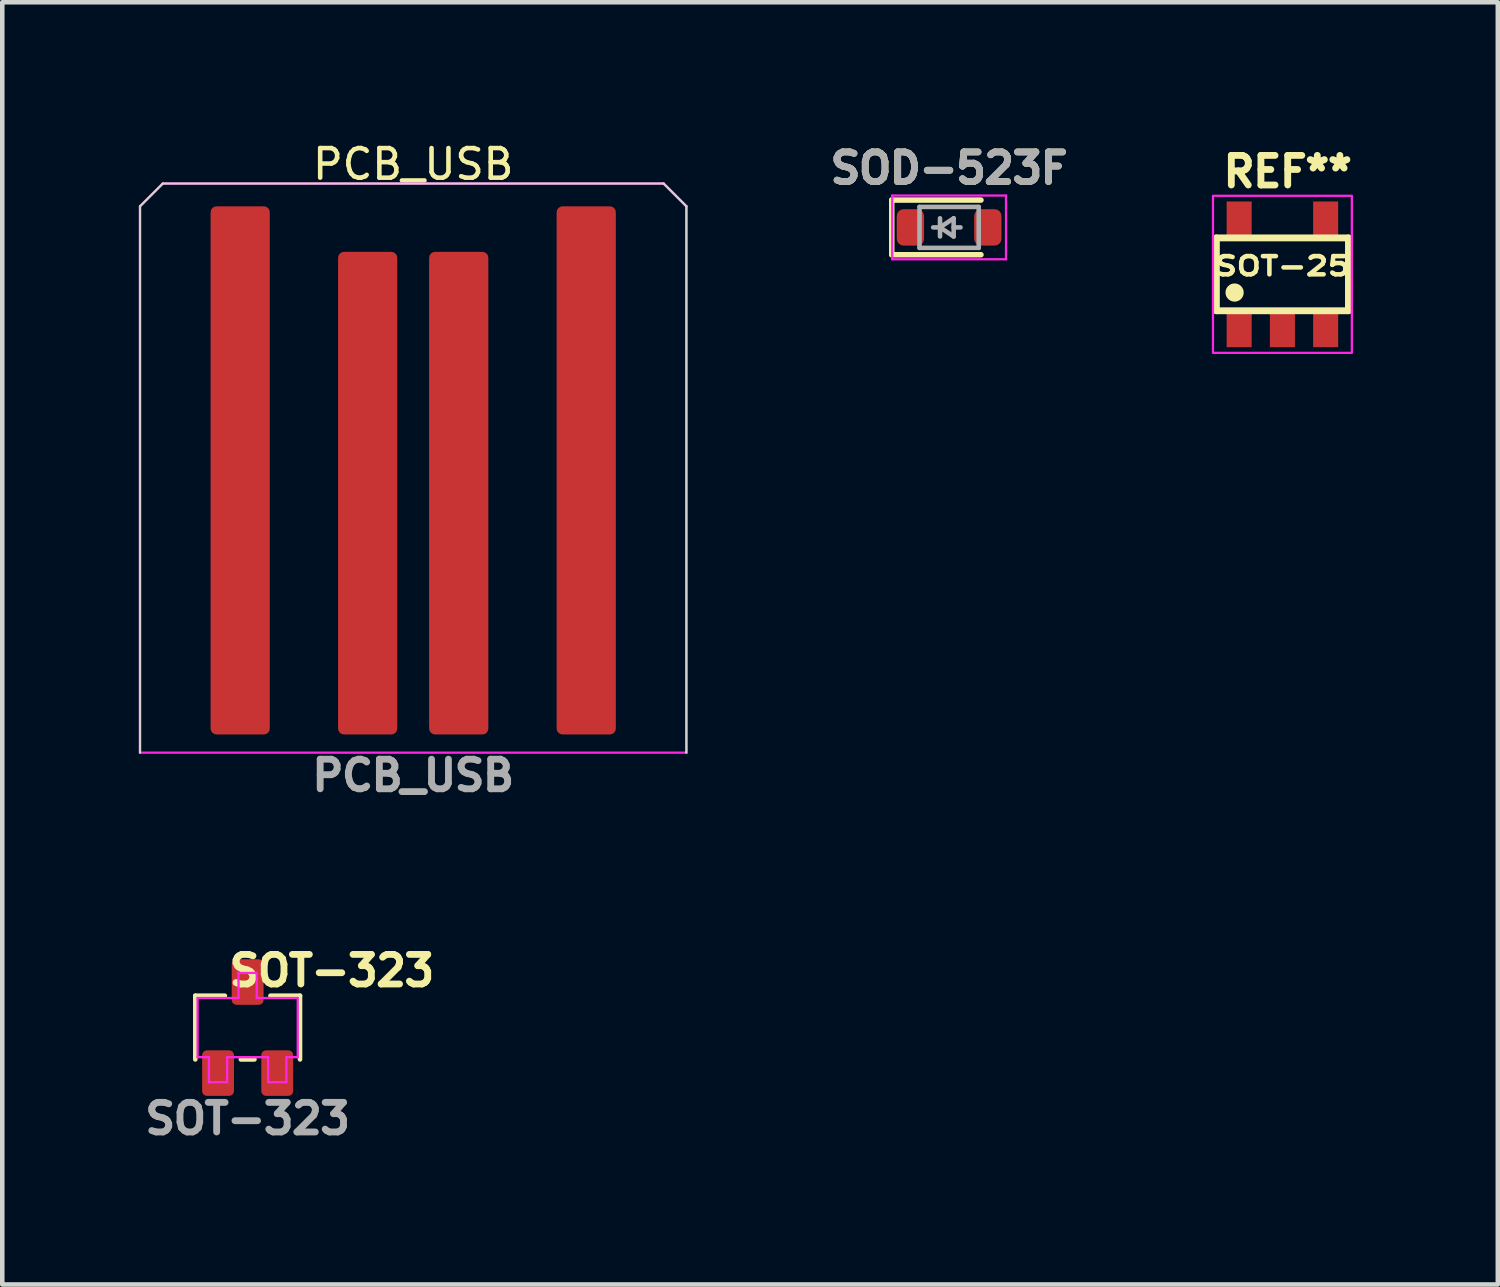
<source format=kicad_pcb>
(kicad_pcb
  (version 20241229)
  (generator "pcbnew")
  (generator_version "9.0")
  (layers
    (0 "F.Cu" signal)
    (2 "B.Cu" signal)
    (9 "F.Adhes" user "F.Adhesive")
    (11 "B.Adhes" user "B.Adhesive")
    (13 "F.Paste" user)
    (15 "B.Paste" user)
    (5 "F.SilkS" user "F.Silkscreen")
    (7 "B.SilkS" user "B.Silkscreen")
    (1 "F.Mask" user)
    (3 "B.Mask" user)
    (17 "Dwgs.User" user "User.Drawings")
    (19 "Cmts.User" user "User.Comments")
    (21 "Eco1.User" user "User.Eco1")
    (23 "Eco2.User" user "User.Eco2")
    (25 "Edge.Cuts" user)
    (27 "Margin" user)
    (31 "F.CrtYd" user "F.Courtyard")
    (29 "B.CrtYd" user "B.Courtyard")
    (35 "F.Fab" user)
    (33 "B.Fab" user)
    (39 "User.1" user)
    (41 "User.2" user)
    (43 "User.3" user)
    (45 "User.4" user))
  (footprint "SOT-25"
    (layer "F.Cu")
    (at 25.115 2.975)
    (property "Reference" "SOT-25" (at 0 -0.18 0) (layer "F.SilkS") (effects (font (size 0.4 0.5) (thickness 0.1))))
    (attr smd)
    (fp_line (start -1.45 -0.8) (end 1.45 -0.8) (stroke (width 0.15) (type solid)) (layer "F.SilkS"))
    (fp_line (start -1.45 0.8) (end -1.45 -0.8) (stroke (width 0.15) (type solid)) (layer "F.SilkS"))
    (fp_line (start 1.45 -0.8) (end 1.45 0.8) (stroke (width 0.15) (type solid)) (layer "F.SilkS"))
    (fp_line (start 1.45 0.8) (end -1.45 0.8) (stroke (width 0.15) (type solid)) (layer "F.SilkS"))
    (fp_circle (center -1.05 0.4) (end -0.95 0.4) (stroke (width 0.2) (type solid)) (fill no) (layer "F.SilkS"))
    (fp_rect (start -1.525 -1.725) (end 1.525 1.725) (stroke (width 0.05) (type default)) (fill no) (layer "F.CrtYd"))
    (fp_text user "REF**" (at -1.375 -1.875 0) (unlocked yes) (layer "F.SilkS") (effects (font (size 0.65 0.65) (thickness 0.15) (bold yes)) (justify left bottom)))
    (pad "1" smd rect (at -0.95 1.2) (size 0.55 0.8) (layers "F.Cu" "F.Mask" "F.Paste"))
    (pad "2" smd rect (at 0 1.2) (size 0.55 0.8) (layers "F.Cu" "F.Mask" "F.Paste"))
    (pad "3" smd rect (at 0.95 1.2) (size 0.55 0.8) (layers "F.Cu" "F.Mask" "F.Paste"))
    (pad "4" smd rect (at 0.95 -1.2) (size 0.55 0.8) (layers "F.Cu" "F.Mask" "F.Paste"))
    (pad "5" smd rect (at -0.95 -1.2) (size 0.55 0.8) (layers "F.Cu" "F.Mask" "F.Paste")))
  (footprint "PCB_USB"
    (layer "F.Cu")
    (at 6.025 7.981)
    (property "Reference" "PCB_USB" (at 0 -7.425 0) (unlocked yes) (layer "F.SilkS") (effects (font (size 0.65 0.65) (thickness 0.1))))
    (attr smd)
    (fp_line (start -6 -6.5) (end -5.5 -7) (stroke (width 0.05) (type default)) (layer "Edge.Cuts"))
    (fp_line (start -6 5.5) (end -6 -6.5) (stroke (width 0.05) (type default)) (layer "Edge.Cuts"))
    (fp_line (start -5.5 -7) (end 5.5 -7) (stroke (width 0.05) (type default)) (layer "Edge.Cuts"))
    (fp_line (start 5.5 -7) (end 6 -6.5) (stroke (width 0.05) (type default)) (layer "Edge.Cuts"))
    (fp_line (start 6 -6.5) (end 6 5.5) (stroke (width 0.05) (type default)) (layer "Edge.Cuts"))
    (fp_line (start -6 5.5) (end -6 -6.5) (stroke (width 0.05) (type default)) (layer "F.CrtYd"))
    (fp_line (start -5.975 -6.525) (end -5.5 -7) (stroke (width 0.05) (type default)) (layer "F.CrtYd"))
    (fp_line (start -5.5 -7) (end 5.5 -7) (stroke (width 0.05) (type default)) (layer "F.CrtYd"))
    (fp_line (start 5.5 -7) (end 6 -6.5) (stroke (width 0.05) (type default)) (layer "F.CrtYd"))
    (fp_line (start 6 -6.5) (end 6 5.5) (stroke (width 0.05) (type default)) (layer "F.CrtYd"))
    (fp_line (start 6 5.5) (end -6 5.5) (stroke (width 0.05) (type default)) (layer "F.CrtYd"))
    (fp_text user "${REFERENCE}" (at 0 6 0) (unlocked yes) (layer "F.Fab") (effects (font (size 0.65 0.65) (thickness 0.15))))
    (pad "1" smd roundrect (at -3.8 -0.7) (size 1.3 11.6) (layers "F.Cu" "F.Mask" "F.Paste") (roundrect_rratio 0.1))
    (pad "2" smd roundrect (at -1 -0.2) (size 1.3 10.6) (layers "F.Cu" "F.Mask" "F.Paste") (roundrect_rratio 0.1))
    (pad "3" smd roundrect (at 1 -0.2) (size 1.3 10.6) (layers "F.Cu" "F.Mask" "F.Paste") (roundrect_rratio 0.1))
    (pad "4" smd roundrect (at 3.8 -0.7) (size 1.3 11.6) (layers "F.Cu" "F.Mask" "F.Paste") (roundrect_rratio 0.1))
    (zone (net_name "") (layers "F.Cu" "B.Cu") (name "USB_KEEP_OUT") (hatch edge 0.5) (connect_pads) (min_thickness 0.25) (filled_areas_thickness no) (keepout (tracks allowed) (vias allowed) (pads not_allowed) (copperpour allowed) (footprints not_allowed)) (placement (enabled no)) (fill) (polygon (pts (xy 0.025 13.481) (xy 12.025 13.481) (xy 12.025 0.981) (xy 0.025 0.981)))))
  (footprint "SOD-523F"
    (layer "F.Cu")
    (at 17.795 1.944)
    (property "Reference" "SOD-523F" (at 0 -1.3 0) (layer "F.SilkS") (effects (font (size 0.65 0.65) (thickness 0.15))))
    (attr smd)
    (fp_line (start -1.26 -0.6) (end -1.26 0.6) (stroke (width 0.12) (type solid)) (layer "F.SilkS"))
    (fp_line (start 0.7 -0.6) (end -1.26 -0.6) (stroke (width 0.12) (type solid)) (layer "F.SilkS"))
    (fp_line (start 0.7 0.6) (end -1.26 0.6) (stroke (width 0.12) (type solid)) (layer "F.SilkS"))
    (fp_line (start -1.25 -0.7) (end 1.25 -0.7) (stroke (width 0.05) (type solid)) (layer "F.CrtYd"))
    (fp_line (start -1.25 0.7) (end -1.25 -0.7) (stroke (width 0.05) (type solid)) (layer "F.CrtYd"))
    (fp_line (start 1.25 -0.7) (end 1.25 0.7) (stroke (width 0.05) (type solid)) (layer "F.CrtYd"))
    (fp_line (start 1.25 0.7) (end -1.25 0.7) (stroke (width 0.05) (type solid)) (layer "F.CrtYd"))
    (fp_line (start -0.65 -0.45) (end 0.65 -0.45) (stroke (width 0.1) (type solid)) (layer "F.Fab"))
    (fp_line (start -0.65 0.45) (end -0.65 -0.45) (stroke (width 0.1) (type solid)) (layer "F.Fab"))
    (fp_line (start -0.2 0) (end -0.35 0) (stroke (width 0.1) (type solid)) (layer "F.Fab"))
    (fp_line (start -0.2 0) (end 0.1 0.2) (stroke (width 0.1) (type solid)) (layer "F.Fab"))
    (fp_line (start -0.2 0.2) (end -0.2 -0.2) (stroke (width 0.1) (type solid)) (layer "F.Fab"))
    (fp_line (start 0.1 -0.2) (end -0.2 0) (stroke (width 0.1) (type solid)) (layer "F.Fab"))
    (fp_line (start 0.1 0) (end 0.25 0) (stroke (width 0.1) (type solid)) (layer "F.Fab"))
    (fp_line (start 0.1 0.2) (end 0.1 -0.2) (stroke (width 0.1) (type solid)) (layer "F.Fab"))
    (fp_line (start 0.65 -0.45) (end 0.65 0.45) (stroke (width 0.1) (type solid)) (layer "F.Fab"))
    (fp_line (start 0.65 0.45) (end -0.65 0.45) (stroke (width 0.1) (type solid)) (layer "F.Fab"))
    (fp_text user "${REFERENCE}" (at 0 -1.3 0) (layer "F.Fab") (effects (font (size 0.65 0.65) (thickness 0.15))))
    (pad "1" smd roundrect (at -0.85 0 180) (size 0.6 0.8) (layers "F.Cu" "F.Mask" "F.Paste") (roundrect_rratio 0.25))
    (pad "2" smd roundrect (at 0.85 0 180) (size 0.6 0.8) (layers "F.Cu" "F.Mask" "F.Paste") (roundrect_rratio 0.25)))
  (footprint "SOT-323"
    (layer "F.Cu")
    (at 2.389 19.518)
    (property "Reference" "SOT-323" (at 1.85 -1.25 0) (unlocked yes) (layer "F.SilkS") (effects (font (size 0.65 0.65) (thickness 0.15) (bold yes))))
    (attr smd)
    (fp_line (start -1.15 -0.7) (end -1.15 0.7) (stroke (width 0.1) (type default)) (layer "F.SilkS"))
    (fp_line (start -0.5 -0.7) (end -1.15 -0.7) (stroke (width 0.1) (type default)) (layer "F.SilkS"))
    (fp_line (start 0.15 0.7) (end -0.15 0.7) (stroke (width 0.1) (type default)) (layer "F.SilkS"))
    (fp_line (start 0.5 -0.7) (end 1.15 -0.7) (stroke (width 0.1) (type default)) (layer "F.SilkS"))
    (fp_line (start 1.15 -0.7) (end 1.15 0.7) (stroke (width 0.1) (type default)) (layer "F.SilkS"))
    (fp_line (start -1.1 -0.65) (end -0.2 -0.65) (stroke (width 0.05) (type default)) (layer "F.CrtYd"))
    (fp_line (start -1.1 0.65) (end -1.1 -0.65) (stroke (width 0.05) (type default)) (layer "F.CrtYd"))
    (fp_line (start -0.85 0.65) (end -1.1 0.65) (stroke (width 0.05) (type default)) (layer "F.CrtYd"))
    (fp_line (start -0.85 1.2) (end -0.85 0.65) (stroke (width 0.05) (type default)) (layer "F.CrtYd"))
    (fp_line (start -0.45 0.65) (end -0.45 1.2) (stroke (width 0.05) (type default)) (layer "F.CrtYd"))
    (fp_line (start -0.45 1.2) (end -0.85 1.2) (stroke (width 0.05) (type default)) (layer "F.CrtYd"))
    (fp_line (start -0.2 -1.2) (end 0.2 -1.2) (stroke (width 0.05) (type default)) (layer "F.CrtYd"))
    (fp_line (start -0.2 -0.65) (end -0.2 -1.2) (stroke (width 0.05) (type default)) (layer "F.CrtYd"))
    (fp_line (start 0.2 -1.2) (end 0.2 -0.65) (stroke (width 0.05) (type default)) (layer "F.CrtYd"))
    (fp_line (start 0.2 -0.65) (end 1.1 -0.65) (stroke (width 0.05) (type default)) (layer "F.CrtYd"))
    (fp_line (start 0.45 0.65) (end -0.45 0.65) (stroke (width 0.05) (type default)) (layer "F.CrtYd"))
    (fp_line (start 0.45 1.2) (end 0.45 0.65) (stroke (width 0.05) (type default)) (layer "F.CrtYd"))
    (fp_line (start 0.85 0.65) (end 0.85 1.2) (stroke (width 0.05) (type default)) (layer "F.CrtYd"))
    (fp_line (start 0.85 1.2) (end 0.45 1.2) (stroke (width 0.05) (type default)) (layer "F.CrtYd"))
    (fp_line (start 1.1 -0.65) (end 1.1 0.65) (stroke (width 0.05) (type default)) (layer "F.CrtYd"))
    (fp_line (start 1.1 0.65) (end 0.85 0.65) (stroke (width 0.05) (type default)) (layer "F.CrtYd"))
    (fp_text user "${REFERENCE}" (at 0 2 0) (unlocked yes) (layer "F.Fab") (effects (font (size 0.65 0.65) (thickness 0.15))))
    (pad "1" smd roundrect (at -0.65 1) (size 0.7 1) (layers "F.Cu" "F.Mask" "F.Paste") (roundrect_rratio 0.15))
    (pad "2" smd roundrect (at 0.65 1) (size 0.7 1) (layers "F.Cu" "F.Mask" "F.Paste") (roundrect_rratio 0.15))
    (pad "3" smd roundrect (at 0 -1) (size 0.7 1) (layers "F.Cu" "F.Mask" "F.Paste") (roundrect_rratio 0.15)))
  (gr_rect
    (start -3 -3)
    (end 29.846 25.161)
    (stroke (width 0.1) (type default))
    (fill no)
    (layer "Edge.Cuts")))
</source>
